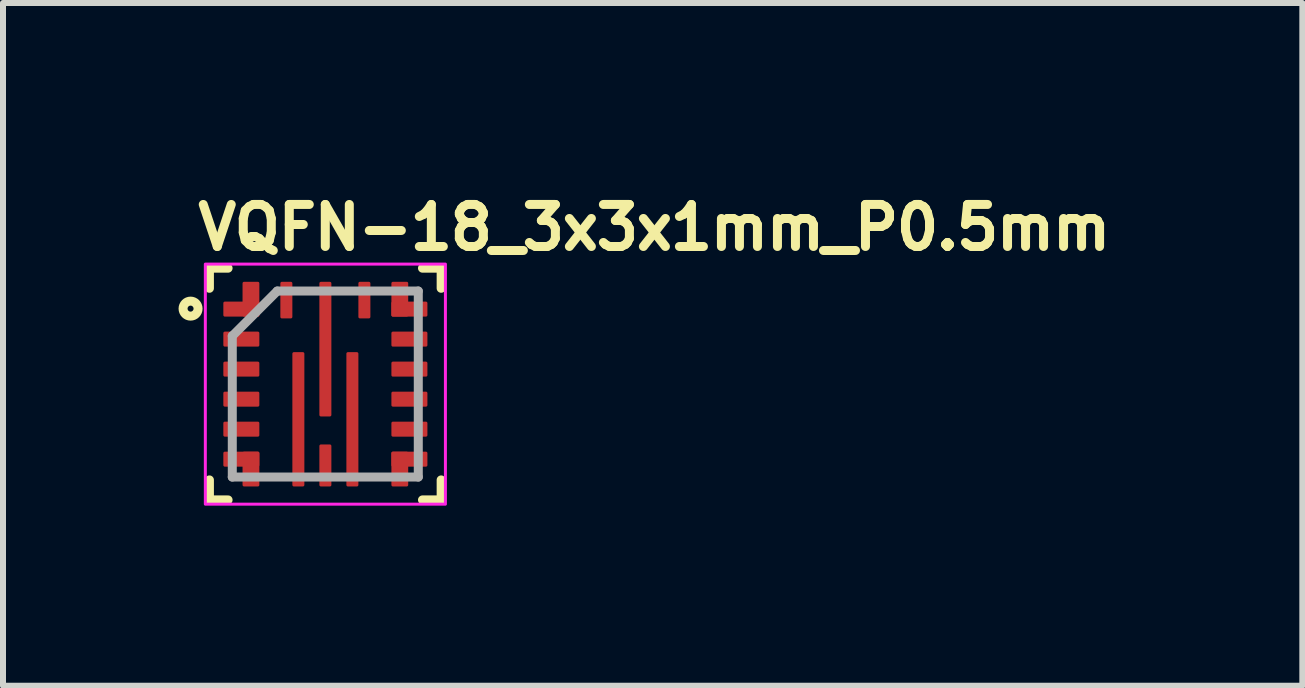
<source format=kicad_pcb>
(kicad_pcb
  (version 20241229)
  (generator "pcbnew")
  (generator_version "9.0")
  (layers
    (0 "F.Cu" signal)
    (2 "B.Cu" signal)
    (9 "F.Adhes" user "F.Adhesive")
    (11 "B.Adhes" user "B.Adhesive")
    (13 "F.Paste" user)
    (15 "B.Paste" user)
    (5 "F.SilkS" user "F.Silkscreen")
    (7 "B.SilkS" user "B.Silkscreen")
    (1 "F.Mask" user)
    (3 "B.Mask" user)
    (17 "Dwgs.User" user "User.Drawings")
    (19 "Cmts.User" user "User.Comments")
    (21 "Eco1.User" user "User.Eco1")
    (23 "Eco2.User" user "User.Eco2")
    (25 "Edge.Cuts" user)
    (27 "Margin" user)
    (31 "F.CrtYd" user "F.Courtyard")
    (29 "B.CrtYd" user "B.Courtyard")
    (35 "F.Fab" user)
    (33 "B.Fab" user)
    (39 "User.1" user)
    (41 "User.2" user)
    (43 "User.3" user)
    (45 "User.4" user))
  (footprint "VQFN-18_3x3x1mm_P0.5mm"
    (layer "F.Cu")
    (at 2.371 3.35)
    (property "Reference" "VQFN-18_3x3x1mm_P0.5mm" (at -2.2 -2.2 0) (layer "F.SilkS") (effects (font (size 0.7 0.7) (thickness 0.15)) (justify left bottom)))
    (attr smd)
    (fp_line (start -1.932 -1.932) (end -1.932 -1.597) (stroke (width 0.15) (type solid)) (layer "F.SilkS"))
    (fp_line (start -1.932 1.596) (end -1.932 1.929) (stroke (width 0.15) (type solid)) (layer "F.SilkS"))
    (fp_line (start -1.932 1.929) (end -1.621 1.929) (stroke (width 0.15) (type solid)) (layer "F.SilkS"))
    (fp_line (start -1.621 -1.932) (end -1.932 -1.932) (stroke (width 0.15) (type solid)) (layer "F.SilkS"))
    (fp_line (start 1.618 1.929) (end 1.929 1.929) (stroke (width 0.15) (type solid)) (layer "F.SilkS"))
    (fp_line (start 1.929 -1.932) (end 1.618 -1.932) (stroke (width 0.15) (type solid)) (layer "F.SilkS"))
    (fp_line (start 1.929 -1.597) (end 1.929 -1.932) (stroke (width 0.15) (type solid)) (layer "F.SilkS"))
    (fp_line (start 1.929 1.929) (end 1.929 1.596) (stroke (width 0.15) (type solid)) (layer "F.SilkS"))
    (fp_circle (center -2.246 -1.258) (end -2.196 -1.258) (stroke (width 0.15) (type solid)) (fill no) (layer "F.SilkS"))
    (fp_rect (start -2 -2) (end 2 2) (stroke (width 0.05) (type solid)) (fill no) (layer "F.CrtYd"))
    (fp_line (start -1.551 -0.802) (end -1.551 1.548) (stroke (width 0.15) (type solid)) (layer "F.Fab"))
    (fp_line (start -1.551 -0.802) (end -0.802 -1.551) (stroke (width 0.15) (type solid)) (layer "F.Fab"))
    (fp_line (start -1.551 1.548) (end 1.548 1.548) (stroke (width 0.15) (type solid)) (layer "F.Fab"))
    (fp_line (start 1.548 -1.551) (end -0.802 -1.551) (stroke (width 0.15) (type solid)) (layer "F.Fab"))
    (fp_line (start 1.548 1.548) (end 1.548 -1.551) (stroke (width 0.15) (type solid)) (layer "F.Fab"))
    (fp_rect (start -1.5 -1.5) (end 1.5 1.5) (stroke (width 0.1) (type solid)) (fill no) (layer "User.5"))
    (fp_line (start -1.5 -1.5) (end -1.5 1.5) (stroke (width 0.02) (type solid)) (layer "User.9"))
    (fp_line (start -1.5 1.5) (end 1.5 1.5) (stroke (width 0.02) (type solid)) (layer "User.9"))
    (fp_line (start 1.5 -1.5) (end -1.5 -1.5) (stroke (width 0.02) (type solid)) (layer "User.9"))
    (fp_line (start 1.5 1.5) (end 1.5 -1.5) (stroke (width 0.02) (type solid)) (layer "User.9"))
    (pad "" smd roundrect (at -0.45 -0.033) (size 0.2 1) (layers "F.Paste") (roundrect_rratio 0.125))
    (pad "" smd roundrect (at -0.45 1.205) (size 0.2 1) (layers "F.Paste") (roundrect_rratio 0.125))
    (pad "" smd roundrect (at 0 -1.204) (size 0.2 1) (layers "F.Paste") (roundrect_rratio 0.125))
    (pad "" smd roundrect (at 0 0.038) (size 0.2 1) (layers "F.Paste") (roundrect_rratio 0.125))
    (pad "" smd roundrect (at 0.45 -0.033) (size 0.2 1) (layers "F.Paste") (roundrect_rratio 0.125))
    (pad "" smd roundrect (at 0.45 1.205) (size 0.2 1) (layers "F.Paste") (roundrect_rratio 0.125))
    (pad "1" smd roundrect (at -1.4 -1.25 90) (size 0.25 0.6) (layers "F.Cu" "F.Mask" "F.Paste") (roundrect_rratio 0.1))
    (pad "1" smd roundrect (at -1.24 -1.415 180) (size 0.28 0.58) (layers "F.Cu" "F.Mask" "F.Paste") (roundrect_rratio 0.089))
    (pad "2" smd roundrect (at -1.4 -0.75 90) (size 0.25 0.6) (layers "F.Cu" "F.Mask" "F.Paste") (roundrect_rratio 0.1))
    (pad "3" smd roundrect (at -1.4 -0.25 90) (size 0.25 0.6) (layers "F.Cu" "F.Mask" "F.Paste") (roundrect_rratio 0.1))
    (pad "4" smd roundrect (at -1.4 0.25 90) (size 0.25 0.6) (layers "F.Cu" "F.Mask" "F.Paste") (roundrect_rratio 0.1))
    (pad "5" smd roundrect (at -1.4 0.75 90) (size 0.25 0.6) (layers "F.Cu" "F.Mask" "F.Paste") (roundrect_rratio 0.1))
    (pad "6" smd roundrect (at -1.4 1.25 90) (size 0.25 0.6) (layers "F.Cu" "F.Mask" "F.Paste") (roundrect_rratio 0.1))
    (pad "6" smd roundrect (at -1.24 1.415 180) (size 0.28 0.58) (layers "F.Cu" "F.Mask" "F.Paste") (roundrect_rratio 0.089))
    (pad "7" smd roundrect (at -0.45 0.586) (size 0.2 2.238) (layers "F.Cu" "F.Mask") (roundrect_rratio 0.125))
    (pad "8" smd roundrect (at 0 1.355) (size 0.2 0.7) (layers "F.Cu" "F.Mask" "F.Paste") (roundrect_rratio 0.125))
    (pad "9" smd roundrect (at 0.45 0.586) (size 0.2 2.238) (layers "F.Cu" "F.Mask") (roundrect_rratio 0.125))
    (pad "10" smd roundrect (at 1.24 1.415 180) (size 0.28 0.58) (layers "F.Cu" "F.Mask" "F.Paste") (roundrect_rratio 0.089))
    (pad "10" smd roundrect (at 1.4 1.25 90) (size 0.25 0.6) (layers "F.Cu" "F.Mask" "F.Paste") (roundrect_rratio 0.1))
    (pad "11" smd roundrect (at 1.4 0.75 90) (size 0.25 0.6) (layers "F.Cu" "F.Mask" "F.Paste") (roundrect_rratio 0.1))
    (pad "12" smd roundrect (at 1.4 0.25 90) (size 0.25 0.6) (layers "F.Cu" "F.Mask" "F.Paste") (roundrect_rratio 0.1))
    (pad "13" smd roundrect (at 1.4 -0.25 90) (size 0.25 0.6) (layers "F.Cu" "F.Mask" "F.Paste") (roundrect_rratio 0.1))
    (pad "14" smd roundrect (at 1.4 -0.75 90) (size 0.25 0.6) (layers "F.Cu" "F.Mask" "F.Paste") (roundrect_rratio 0.1))
    (pad "15" smd roundrect (at 1.24 -1.415 180) (size 0.28 0.58) (layers "F.Cu" "F.Mask" "F.Paste") (roundrect_rratio 0.089))
    (pad "15" smd roundrect (at 1.4 -1.25 90) (size 0.25 0.6) (layers "F.Cu" "F.Mask" "F.Paste") (roundrect_rratio 0.1))
    (pad "16" smd roundrect (at 0.65 -1.4) (size 0.2 0.61) (layers "F.Cu" "F.Mask" "F.Paste") (roundrect_rratio 0.125))
    (pad "17" smd roundrect (at 0 -0.583) (size 0.2 2.243) (layers "F.Cu" "F.Mask") (roundrect_rratio 0.125))
    (pad "18" smd roundrect (at -0.65 -1.4) (size 0.2 0.61) (layers "F.Cu" "F.Mask" "F.Paste") (roundrect_rratio 0.125)))
  (gr_rect
    (start -3 -3)
    (end 18.648 8.375)
    (stroke (width 0.1) (type default))
    (fill no)
    (layer "Edge.Cuts")))
</source>
